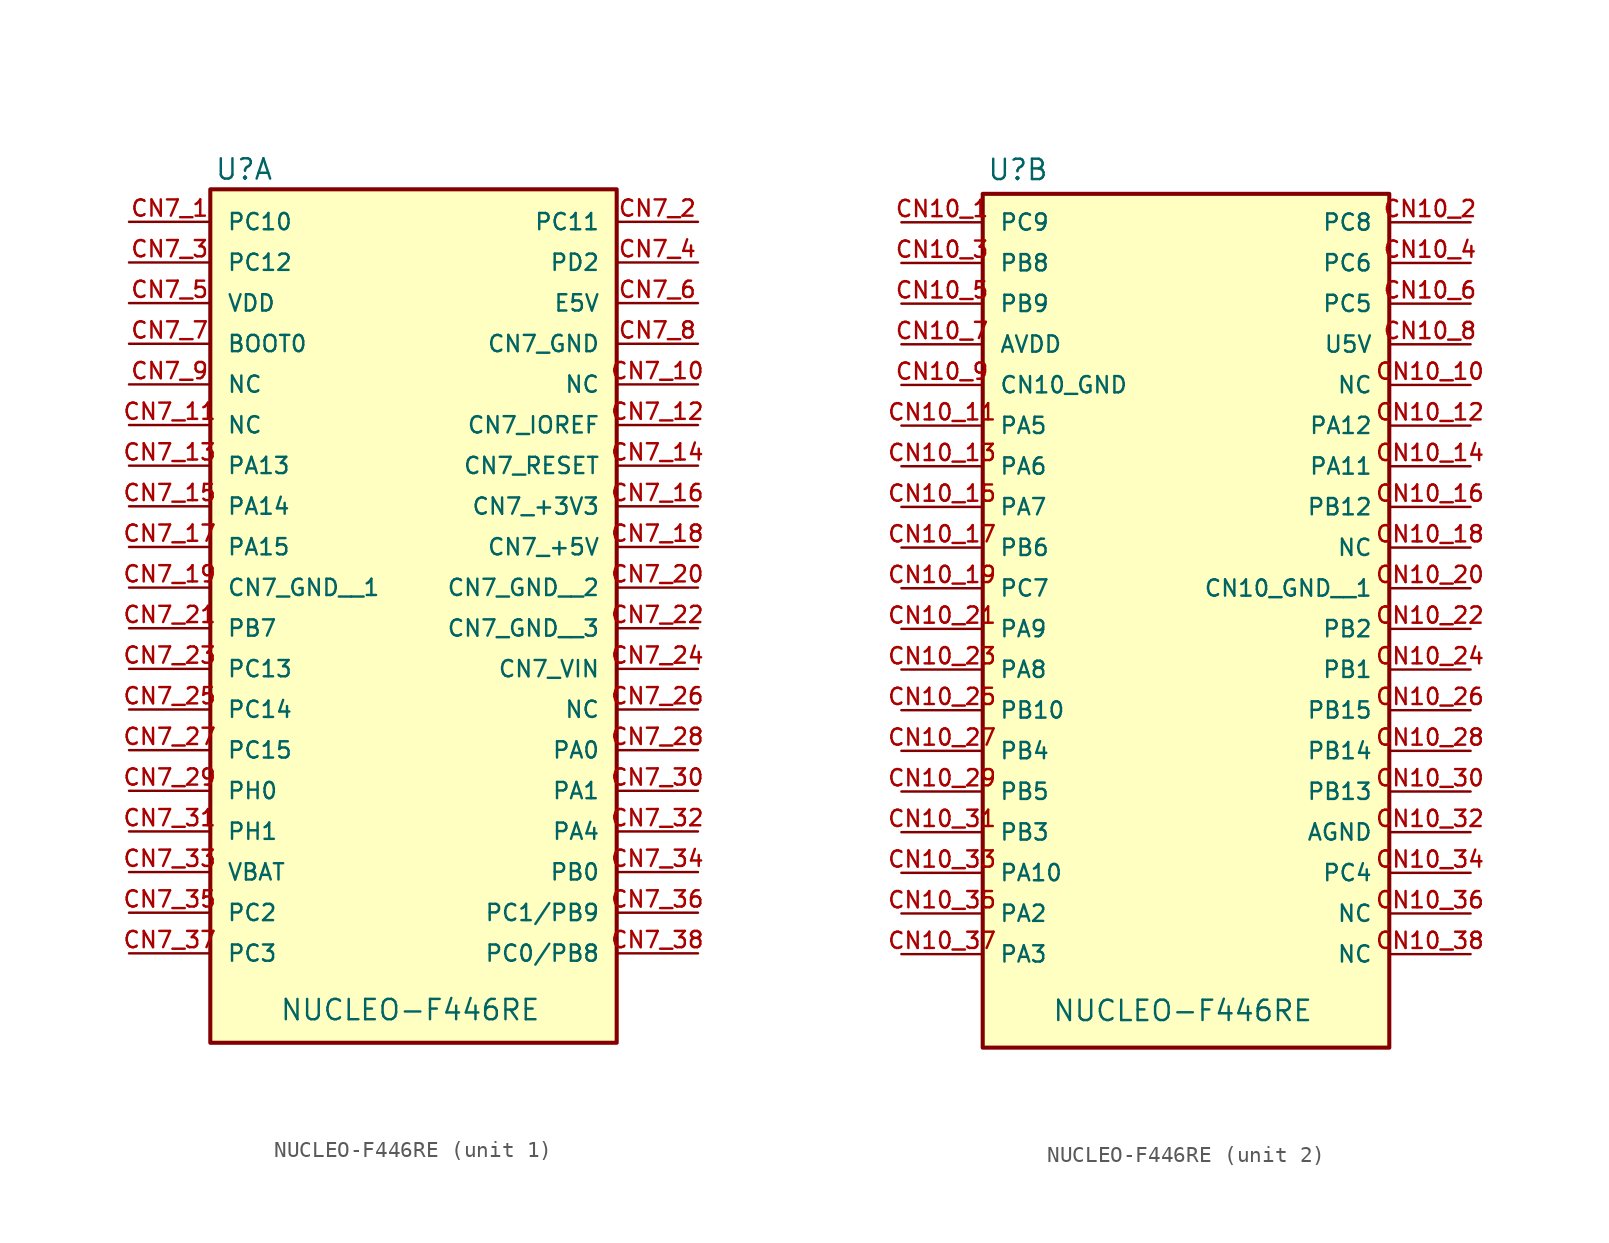
<source format=kicad_sym>
(kicad_symbol_lib
  (version 20231120)
  (generator "kicad_symbol_editor")
  (generator_version "8.0")
  (symbol "NUCLEO-F446RE"
    (pin_names
      (offset 1.016))
    (property "Reference" "U"
      (at -12.446 26.67 0)
      (effects (font (size 1.27 1.27)) (justify left bottom)))
    (property "Value" "NUCLEO-F446RE"
      (at -8.382 -24.384 0)
      (effects (font (size 1.27 1.27)) (justify left top)))
    (symbol "NUCLEO-F446RE_1_0"
      (rectangle (start -12.7 26.162) (end 12.7 -27.178) (stroke (width 0.254) (type default)) (fill (type background)))
      (pin bidirectional line (at -17.78 24.13 0) (length 5.08) (name "PC10" (effects (font (size 1.016 1.016)))) (number "CN7_1" (effects (font (size 1.016 1.016)))))
      (pin free line (at 17.78 13.97 180) (length 5.08) (name "NC" (effects (font (size 1.016 1.016)))) (number "CN7_10" (effects (font (size 1.016 1.016)))))
      (pin free line (at -17.78 11.43 0) (length 5.08) (name "NC" (effects (font (size 1.016 1.016)))) (number "CN7_11" (effects (font (size 1.016 1.016)))))
      (pin bidirectional line (at 17.78 11.43 180) (length 5.08) (name "CN7_IOREF" (effects (font (size 1.016 1.016)))) (number "CN7_12" (effects (font (size 1.016 1.016)))))
      (pin bidirectional line (at -17.78 8.89 0) (length 5.08) (name "PA13" (effects (font (size 1.016 1.016)))) (number "CN7_13" (effects (font (size 1.016 1.016)))))
      (pin bidirectional line (at 17.78 8.89 180) (length 5.08) (name "CN7_RESET" (effects (font (size 1.016 1.016)))) (number "CN7_14" (effects (font (size 1.016 1.016)))))
      (pin bidirectional line (at -17.78 6.35 0) (length 5.08) (name "PA14" (effects (font (size 1.016 1.016)))) (number "CN7_15" (effects (font (size 1.016 1.016)))))
      (pin power_out line (at 17.78 6.35 180) (length 5.08) (name "CN7_+3V3" (effects (font (size 1.016 1.016)))) (number "CN7_16" (effects (font (size 1.016 1.016)))))
      (pin bidirectional line (at -17.78 3.81 0) (length 5.08) (name "PA15" (effects (font (size 1.016 1.016)))) (number "CN7_17" (effects (font (size 1.016 1.016)))))
      (pin power_in line (at 17.78 3.81 180) (length 5.08) (name "CN7_+5V" (effects (font (size 1.016 1.016)))) (number "CN7_18" (effects (font (size 1.016 1.016)))))
      (pin power_in line (at -17.78 1.27 0) (length 5.08) (name "CN7_GND__1" (effects (font (size 1.016 1.016)))) (number "CN7_19" (effects (font (size 1.016 1.016)))))
      (pin bidirectional line (at 17.78 24.13 180) (length 5.08) (name "PC11" (effects (font (size 1.016 1.016)))) (number "CN7_2" (effects (font (size 1.016 1.016)))))
      (pin power_in line (at 17.78 1.27 180) (length 5.08) (name "CN7_GND__2" (effects (font (size 1.016 1.016)))) (number "CN7_20" (effects (font (size 1.016 1.016)))))
      (pin bidirectional line (at -17.78 -1.27 0) (length 5.08) (name "PB7" (effects (font (size 1.016 1.016)))) (number "CN7_21" (effects (font (size 1.016 1.016)))))
      (pin power_in line (at 17.78 -1.27 180) (length 5.08) (name "CN7_GND__3" (effects (font (size 1.016 1.016)))) (number "CN7_22" (effects (font (size 1.016 1.016)))))
      (pin bidirectional line (at -17.78 -3.81 0) (length 5.08) (name "PC13" (effects (font (size 1.016 1.016)))) (number "CN7_23" (effects (font (size 1.016 1.016)))))
      (pin power_in line (at 17.78 -3.81 180) (length 5.08) (name "CN7_VIN" (effects (font (size 1.016 1.016)))) (number "CN7_24" (effects (font (size 1.016 1.016)))))
      (pin bidirectional line (at -17.78 -6.35 0) (length 5.08) (name "PC14" (effects (font (size 1.016 1.016)))) (number "CN7_25" (effects (font (size 1.016 1.016)))))
      (pin free line (at 17.78 -6.35 180) (length 5.08) (name "NC" (effects (font (size 1.016 1.016)))) (number "CN7_26" (effects (font (size 1.016 1.016)))))
      (pin bidirectional line (at -17.78 -8.89 0) (length 5.08) (name "PC15" (effects (font (size 1.016 1.016)))) (number "CN7_27" (effects (font (size 1.016 1.016)))))
      (pin bidirectional line (at 17.78 -8.89 180) (length 5.08) (name "PA0" (effects (font (size 1.016 1.016)))) (number "CN7_28" (effects (font (size 1.016 1.016)))))
      (pin bidirectional line (at -17.78 -11.43 0) (length 5.08) (name "PH0" (effects (font (size 1.016 1.016)))) (number "CN7_29" (effects (font (size 1.016 1.016)))))
      (pin bidirectional line (at -17.78 21.59 0) (length 5.08) (name "PC12" (effects (font (size 1.016 1.016)))) (number "CN7_3" (effects (font (size 1.016 1.016)))))
      (pin bidirectional line (at 17.78 -11.43 180) (length 5.08) (name "PA1" (effects (font (size 1.016 1.016)))) (number "CN7_30" (effects (font (size 1.016 1.016)))))
      (pin bidirectional line (at -17.78 -13.97 0) (length 5.08) (name "PH1" (effects (font (size 1.016 1.016)))) (number "CN7_31" (effects (font (size 1.016 1.016)))))
      (pin bidirectional line (at 17.78 -13.97 180) (length 5.08) (name "PA4" (effects (font (size 1.016 1.016)))) (number "CN7_32" (effects (font (size 1.016 1.016)))))
      (pin power_in line (at -17.78 -16.51 0) (length 5.08) (name "VBAT" (effects (font (size 1.016 1.016)))) (number "CN7_33" (effects (font (size 1.016 1.016)))))
      (pin bidirectional line (at 17.78 -16.51 180) (length 5.08) (name "PB0" (effects (font (size 1.016 1.016)))) (number "CN7_34" (effects (font (size 1.016 1.016)))))
      (pin bidirectional line (at -17.78 -19.05 0) (length 5.08) (name "PC2" (effects (font (size 1.016 1.016)))) (number "CN7_35" (effects (font (size 1.016 1.016)))))
      (pin bidirectional line (at 17.78 -19.05 180) (length 5.08) (name "PC1/PB9" (effects (font (size 1.016 1.016)))) (number "CN7_36" (effects (font (size 1.016 1.016)))))
      (pin bidirectional line (at -17.78 -21.59 0) (length 5.08) (name "PC3" (effects (font (size 1.016 1.016)))) (number "CN7_37" (effects (font (size 1.016 1.016)))))
      (pin bidirectional line (at 17.78 -21.59 180) (length 5.08) (name "PC0/PB8" (effects (font (size 1.016 1.016)))) (number "CN7_38" (effects (font (size 1.016 1.016)))))
      (pin bidirectional line (at 17.78 21.59 180) (length 5.08) (name "PD2" (effects (font (size 1.016 1.016)))) (number "CN7_4" (effects (font (size 1.016 1.016)))))
      (pin power_in line (at -17.78 19.05 0) (length 5.08) (name "VDD" (effects (font (size 1.016 1.016)))) (number "CN7_5" (effects (font (size 1.016 1.016)))))
      (pin power_in line (at 17.78 19.05 180) (length 5.08) (name "E5V" (effects (font (size 1.016 1.016)))) (number "CN7_6" (effects (font (size 1.016 1.016)))))
      (pin bidirectional line (at -17.78 16.51 0) (length 5.08) (name "BOOT0" (effects (font (size 1.016 1.016)))) (number "CN7_7" (effects (font (size 1.016 1.016)))))
      (pin power_in line (at 17.78 16.51 180) (length 5.08) (name "CN7_GND" (effects (font (size 1.016 1.016)))) (number "CN7_8" (effects (font (size 1.016 1.016)))))
      (pin free line (at -17.78 13.97 0) (length 5.08) (name "NC" (effects (font (size 1.016 1.016)))) (number "CN7_9" (effects (font (size 1.016 1.016))))))
    (symbol "NUCLEO-F446RE_2_0"
      (rectangle (start -12.7 25.908) (end 12.7 -27.432) (stroke (width 0.254) (type default)) (fill (type background)))
      (pin bidirectional line (at -17.78 24.13 0) (length 5.08) (name "PC9" (effects (font (size 1.016 1.016)))) (number "CN10_1" (effects (font (size 1.016 1.016)))))
      (pin free line (at 17.78 13.97 180) (length 5.08) (name "NC" (effects (font (size 1.016 1.016)))) (number "CN10_10" (effects (font (size 1.016 1.016)))))
      (pin bidirectional line (at -17.78 11.43 0) (length 5.08) (name "PA5" (effects (font (size 1.016 1.016)))) (number "CN10_11" (effects (font (size 1.016 1.016)))))
      (pin bidirectional line (at 17.78 11.43 180) (length 5.08) (name "PA12" (effects (font (size 1.016 1.016)))) (number "CN10_12" (effects (font (size 1.016 1.016)))))
      (pin bidirectional line (at -17.78 8.89 0) (length 5.08) (name "PA6" (effects (font (size 1.016 1.016)))) (number "CN10_13" (effects (font (size 1.016 1.016)))))
      (pin bidirectional line (at 17.78 8.89 180) (length 5.08) (name "PA11" (effects (font (size 1.016 1.016)))) (number "CN10_14" (effects (font (size 1.016 1.016)))))
      (pin bidirectional line (at -17.78 6.35 0) (length 5.08) (name "PA7" (effects (font (size 1.016 1.016)))) (number "CN10_15" (effects (font (size 1.016 1.016)))))
      (pin bidirectional line (at 17.78 6.35 180) (length 5.08) (name "PB12" (effects (font (size 1.016 1.016)))) (number "CN10_16" (effects (font (size 1.016 1.016)))))
      (pin bidirectional line (at -17.78 3.81 0) (length 5.08) (name "PB6" (effects (font (size 1.016 1.016)))) (number "CN10_17" (effects (font (size 1.016 1.016)))))
      (pin free line (at 17.78 3.81 180) (length 5.08) (name "NC" (effects (font (size 1.016 1.016)))) (number "CN10_18" (effects (font (size 1.016 1.016)))))
      (pin bidirectional line (at -17.78 1.27 0) (length 5.08) (name "PC7" (effects (font (size 1.016 1.016)))) (number "CN10_19" (effects (font (size 1.016 1.016)))))
      (pin bidirectional line (at 17.78 24.13 180) (length 5.08) (name "PC8" (effects (font (size 1.016 1.016)))) (number "CN10_2" (effects (font (size 1.016 1.016)))))
      (pin power_in line (at 17.78 1.27 180) (length 5.08) (name "CN10_GND__1" (effects (font (size 1.016 1.016)))) (number "CN10_20" (effects (font (size 1.016 1.016)))))
      (pin bidirectional line (at -17.78 -1.27 0) (length 5.08) (name "PA9" (effects (font (size 1.016 1.016)))) (number "CN10_21" (effects (font (size 1.016 1.016)))))
      (pin bidirectional line (at 17.78 -1.27 180) (length 5.08) (name "PB2" (effects (font (size 1.016 1.016)))) (number "CN10_22" (effects (font (size 1.016 1.016)))))
      (pin bidirectional line (at -17.78 -3.81 0) (length 5.08) (name "PA8" (effects (font (size 1.016 1.016)))) (number "CN10_23" (effects (font (size 1.016 1.016)))))
      (pin bidirectional line (at 17.78 -3.81 180) (length 5.08) (name "PB1" (effects (font (size 1.016 1.016)))) (number "CN10_24" (effects (font (size 1.016 1.016)))))
      (pin bidirectional line (at -17.78 -6.35 0) (length 5.08) (name "PB10" (effects (font (size 1.016 1.016)))) (number "CN10_25" (effects (font (size 1.016 1.016)))))
      (pin bidirectional line (at 17.78 -6.35 180) (length 5.08) (name "PB15" (effects (font (size 1.016 1.016)))) (number "CN10_26" (effects (font (size 1.016 1.016)))))
      (pin bidirectional line (at -17.78 -8.89 0) (length 5.08) (name "PB4" (effects (font (size 1.016 1.016)))) (number "CN10_27" (effects (font (size 1.016 1.016)))))
      (pin bidirectional line (at 17.78 -8.89 180) (length 5.08) (name "PB14" (effects (font (size 1.016 1.016)))) (number "CN10_28" (effects (font (size 1.016 1.016)))))
      (pin bidirectional line (at -17.78 -11.43 0) (length 5.08) (name "PB5" (effects (font (size 1.016 1.016)))) (number "CN10_29" (effects (font (size 1.016 1.016)))))
      (pin bidirectional line (at -17.78 21.59 0) (length 5.08) (name "PB8" (effects (font (size 1.016 1.016)))) (number "CN10_3" (effects (font (size 1.016 1.016)))))
      (pin bidirectional line (at 17.78 -11.43 180) (length 5.08) (name "PB13" (effects (font (size 1.016 1.016)))) (number "CN10_30" (effects (font (size 1.016 1.016)))))
      (pin bidirectional line (at -17.78 -13.97 0) (length 5.08) (name "PB3" (effects (font (size 1.016 1.016)))) (number "CN10_31" (effects (font (size 1.016 1.016)))))
      (pin power_in line (at 17.78 -13.97 180) (length 5.08) (name "AGND" (effects (font (size 1.016 1.016)))) (number "CN10_32" (effects (font (size 1.016 1.016)))))
      (pin bidirectional line (at -17.78 -16.51 0) (length 5.08) (name "PA10" (effects (font (size 1.016 1.016)))) (number "CN10_33" (effects (font (size 1.016 1.016)))))
      (pin bidirectional line (at 17.78 -16.51 180) (length 5.08) (name "PC4" (effects (font (size 1.016 1.016)))) (number "CN10_34" (effects (font (size 1.016 1.016)))))
      (pin bidirectional line (at -17.78 -19.05 0) (length 5.08) (name "PA2" (effects (font (size 1.016 1.016)))) (number "CN10_35" (effects (font (size 1.016 1.016)))))
      (pin free line (at 17.78 -19.05 180) (length 5.08) (name "NC" (effects (font (size 1.016 1.016)))) (number "CN10_36" (effects (font (size 1.016 1.016)))))
      (pin bidirectional line (at -17.78 -21.59 0) (length 5.08) (name "PA3" (effects (font (size 1.016 1.016)))) (number "CN10_37" (effects (font (size 1.016 1.016)))))
      (pin free line (at 17.78 -21.59 180) (length 5.08) (name "NC" (effects (font (size 1.016 1.016)))) (number "CN10_38" (effects (font (size 1.016 1.016)))))
      (pin bidirectional line (at 17.78 21.59 180) (length 5.08) (name "PC6" (effects (font (size 1.016 1.016)))) (number "CN10_4" (effects (font (size 1.016 1.016)))))
      (pin bidirectional line (at -17.78 19.05 0) (length 5.08) (name "PB9" (effects (font (size 1.016 1.016)))) (number "CN10_5" (effects (font (size 1.016 1.016)))))
      (pin bidirectional line (at 17.78 19.05 180) (length 5.08) (name "PC5" (effects (font (size 1.016 1.016)))) (number "CN10_6" (effects (font (size 1.016 1.016)))))
      (pin power_in line (at -17.78 16.51 0) (length 5.08) (name "AVDD" (effects (font (size 1.016 1.016)))) (number "CN10_7" (effects (font (size 1.016 1.016)))))
      (pin power_in line (at 17.78 16.51 180) (length 5.08) (name "U5V" (effects (font (size 1.016 1.016)))) (number "CN10_8" (effects (font (size 1.016 1.016)))))
      (pin power_in line (at -17.78 13.97 0) (length 5.08) (name "CN10_GND" (effects (font (size 1.016 1.016)))) (number "CN10_9" (effects (font (size 1.016 1.016))))))))
</source>
